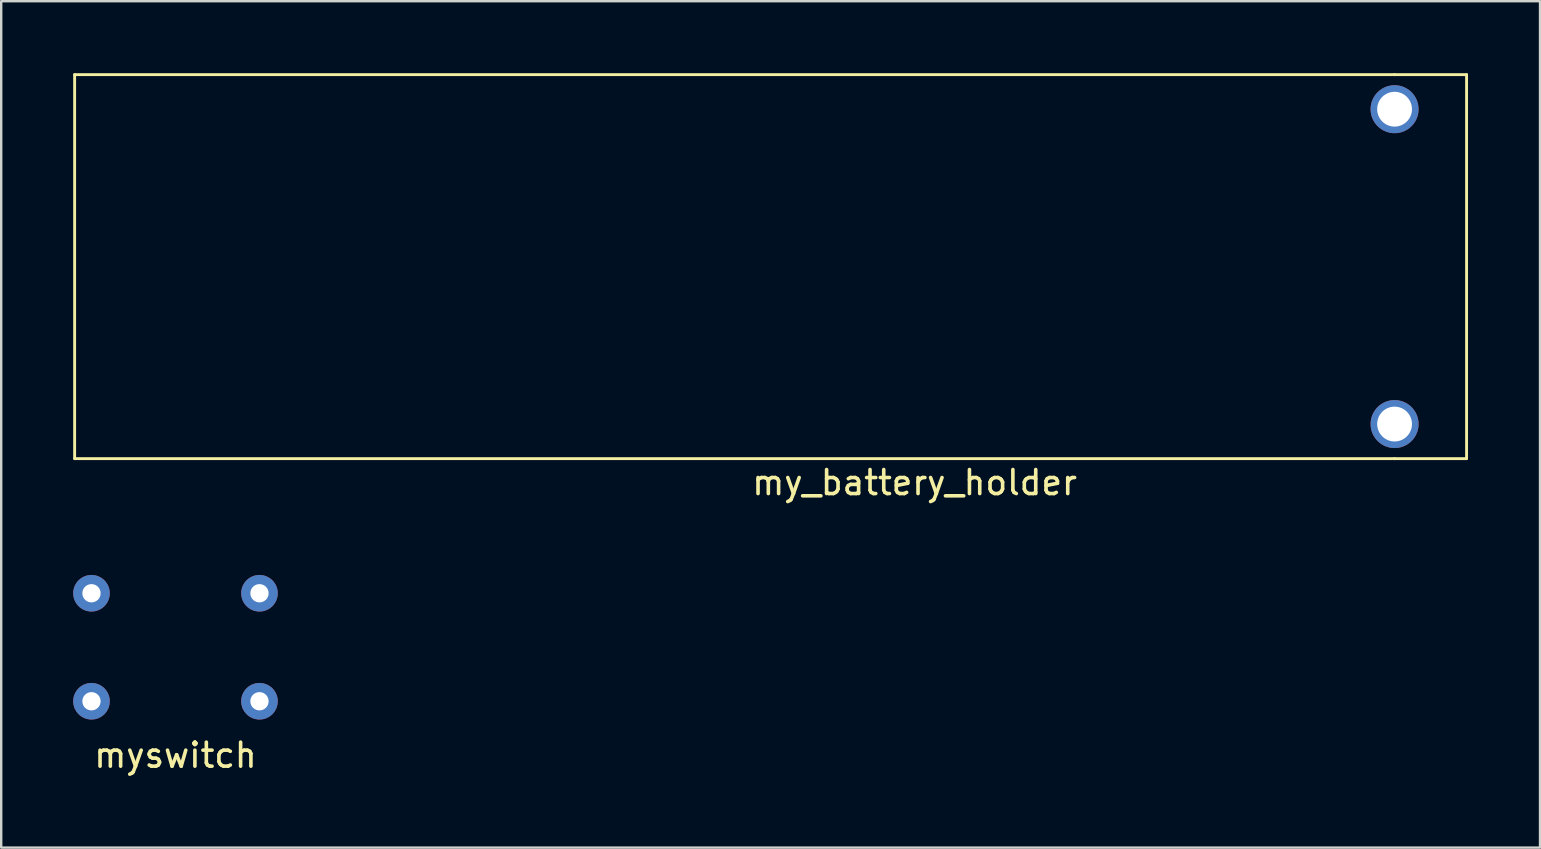
<source format=kicad_pcb>
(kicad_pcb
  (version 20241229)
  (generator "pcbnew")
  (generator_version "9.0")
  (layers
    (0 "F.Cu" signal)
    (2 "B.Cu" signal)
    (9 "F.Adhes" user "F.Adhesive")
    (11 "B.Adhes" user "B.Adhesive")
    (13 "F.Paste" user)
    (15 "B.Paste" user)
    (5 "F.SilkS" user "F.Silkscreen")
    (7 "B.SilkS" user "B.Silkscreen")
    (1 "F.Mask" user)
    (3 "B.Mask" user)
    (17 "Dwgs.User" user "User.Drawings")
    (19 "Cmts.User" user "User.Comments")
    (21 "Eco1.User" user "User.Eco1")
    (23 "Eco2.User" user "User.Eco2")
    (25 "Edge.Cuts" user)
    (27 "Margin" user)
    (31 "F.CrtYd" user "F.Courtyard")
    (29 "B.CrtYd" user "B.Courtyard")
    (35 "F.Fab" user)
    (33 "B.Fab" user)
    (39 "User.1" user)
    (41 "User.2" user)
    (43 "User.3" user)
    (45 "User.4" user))
  (footprint "my_battery_holder"
    (layer "F.Cu")
    (at 55.06 8.06)
    (property "Reference" "my_battery_holder" (at -20 9 0) (layer "F.SilkS") (effects (font (size 1 1) (thickness 0.15))))
    (attr through_hole)
    (fp_line (start -55 -8) (end -55 8) (stroke (width 0.12) (type solid)) (layer "F.SilkS"))
    (fp_line (start -55 8) (end 0 8) (stroke (width 0.12) (type solid)) (layer "F.SilkS"))
    (fp_line (start 0 -8) (end -55 -8) (stroke (width 0.12) (type solid)) (layer "F.SilkS"))
    (fp_line (start 0 -8) (end 3 -8) (stroke (width 0.12) (type solid)) (layer "F.SilkS"))
    (fp_line (start 3 -8) (end 3 8) (stroke (width 0.12) (type solid)) (layer "F.SilkS"))
    (fp_line (start 3 8) (end 0 8) (stroke (width 0.12) (type solid)) (layer "F.SilkS"))
    (pad "1" thru_hole circle (at 0 -6.56) (size 2 2) (drill 1.45) (layers "*.Cu" "*.Mask"))
    (pad "2" thru_hole circle (at 0 6.56) (size 2 2) (drill 1.45) (layers "*.Cu" "*.Mask")))
  (footprint "myswitch"
    (layer "F.Cu")
    (at 4.262 23.92)
    (property "Reference" "myswitch" (at 0 4.5 0) (layer "F.SilkS") (effects (font (size 1 1) (thickness 0.15))))
    (attr through_hole)
    (pad "1" thru_hole circle (at -3.5 -2.25) (size 1.524 1.524) (drill 0.762) (layers "*.Cu" "*.Mask"))
    (pad "1" thru_hole circle (at 3.5 -2.25) (size 1.524 1.524) (drill 0.762) (layers "*.Cu" "*.Mask"))
    (pad "2" thru_hole circle (at -3.5 2.25) (size 1.524 1.524) (drill 0.762) (layers "*.Cu" "*.Mask"))
    (pad "2" thru_hole circle (at 3.5 2.25) (size 1.524 1.524) (drill 0.762) (layers "*.Cu" "*.Mask")))
  (gr_rect
    (start -3 -3)
    (end 61.12 32.269)
    (stroke (width 0.1) (type default))
    (fill no)
    (layer "Edge.Cuts")))
</source>
